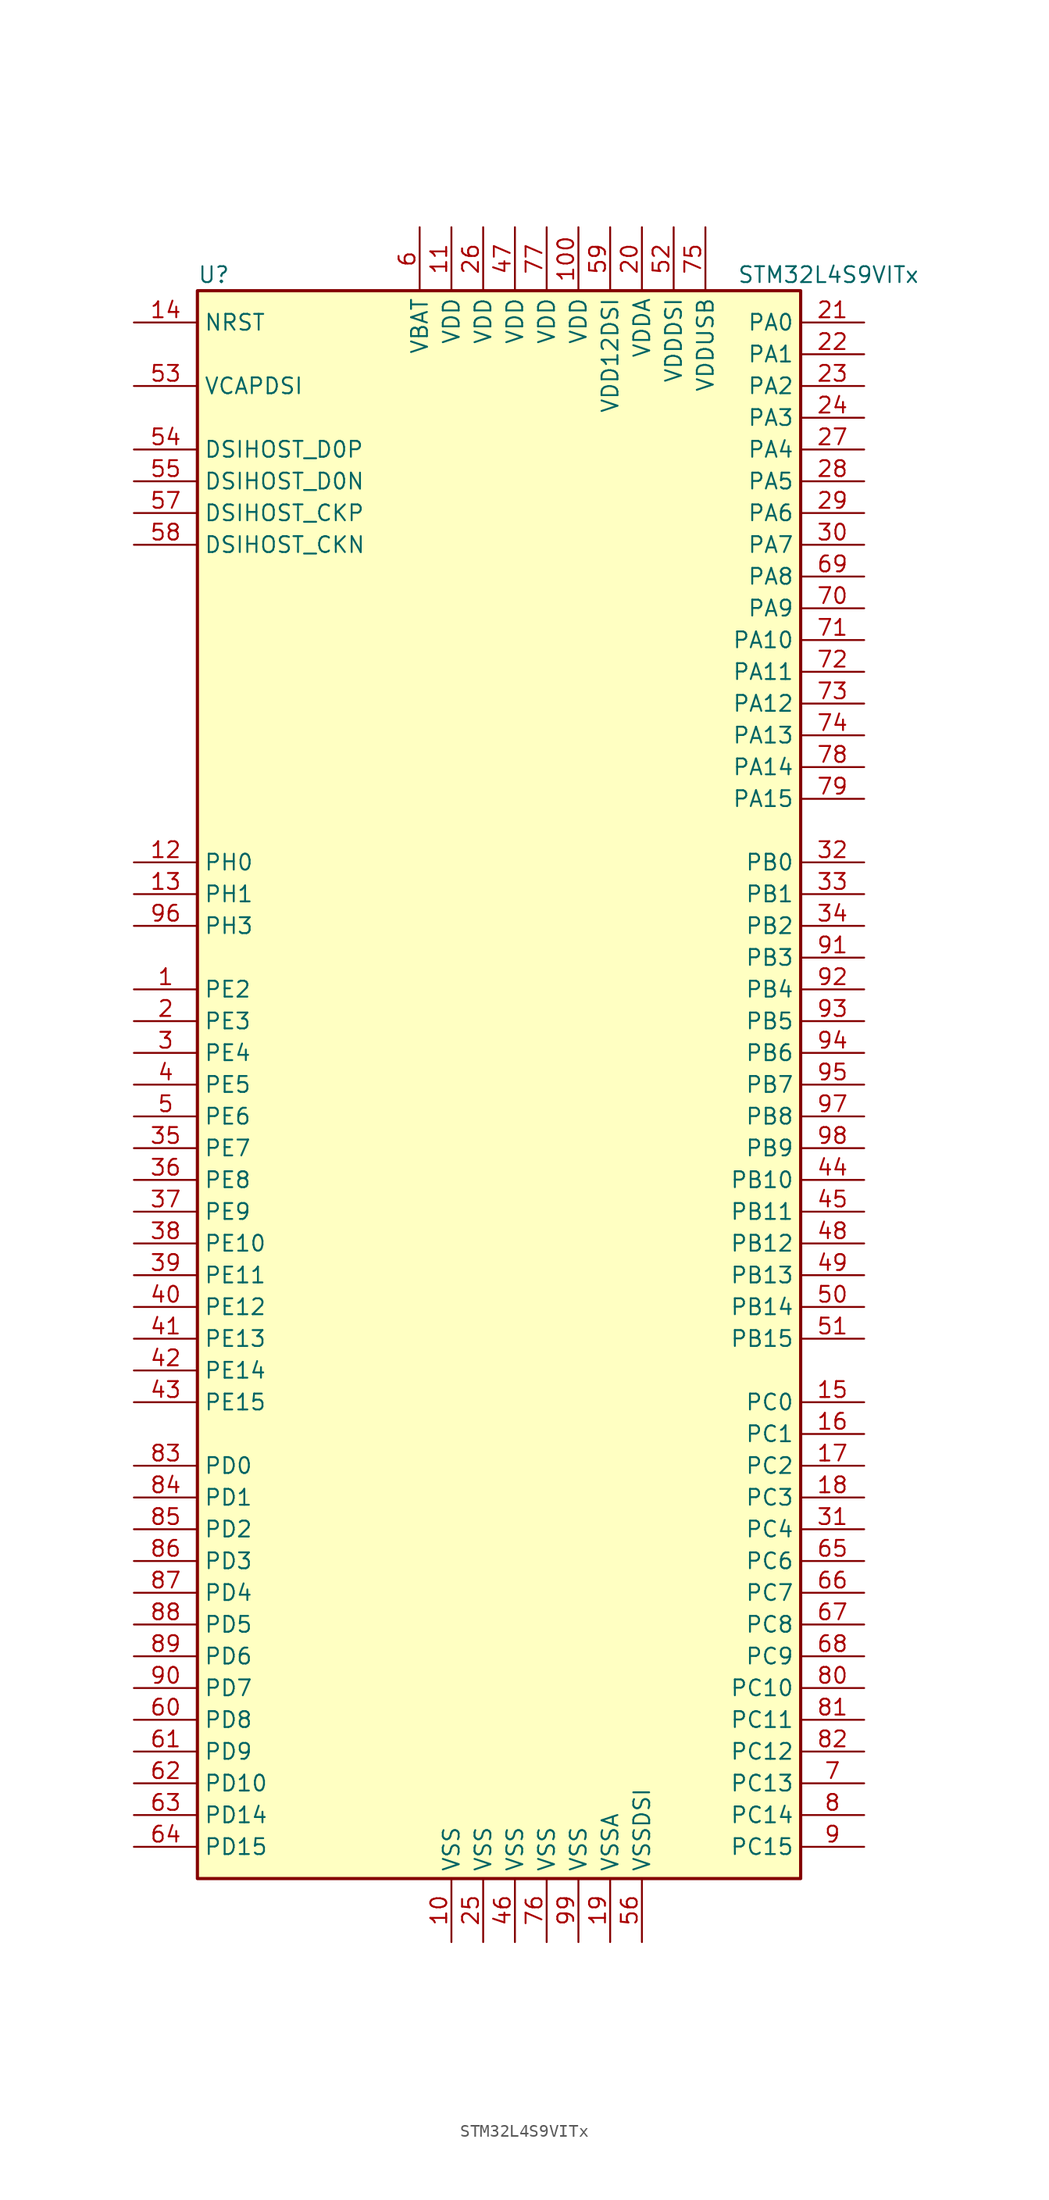
<source format=kicad_sym>
(kicad_symbol_lib
  (version 20220914)
  (generator kicad_symbol_editor)
  (symbol "STM32L4S9VITx"
    (property "Reference" "U"
      (at -25.4 64.77 0)
      (effects (font (size 1.27 1.27)) (justify left)))
    (property "Value" "STM32L4S9VITx"
      (at 17.78 64.77 0)
      (effects (font (size 1.27 1.27)) (justify left)))
    (symbol "STM32L4S9VITx_0_1"
      (rectangle (start -25.4 -63.5) (end 22.86 63.5) (stroke (width 0.254) (type default)) (fill (type background))))
    (symbol "STM32L4S9VITx_1_1"
      (pin bidirectional line (at -30.48 7.62 0) (length 5.08) (name "PE2" (effects (font (size 1.27 1.27)))) (number "1" (effects (font (size 1.27 1.27)))))
      (pin power_in line (at -5.08 -68.58 90) (length 5.08) (name "VSS" (effects (font (size 1.27 1.27)))) (number "10" (effects (font (size 1.27 1.27)))))
      (pin power_in line (at 5.08 68.58 270) (length 5.08) (name "VDD" (effects (font (size 1.27 1.27)))) (number "100" (effects (font (size 1.27 1.27)))))
      (pin power_in line (at -5.08 68.58 270) (length 5.08) (name "VDD" (effects (font (size 1.27 1.27)))) (number "11" (effects (font (size 1.27 1.27)))))
      (pin input line (at -30.48 17.78 0) (length 5.08) (name "PH0" (effects (font (size 1.27 1.27)))) (number "12" (effects (font (size 1.27 1.27)))))
      (pin input line (at -30.48 15.24 0) (length 5.08) (name "PH1" (effects (font (size 1.27 1.27)))) (number "13" (effects (font (size 1.27 1.27)))))
      (pin input line (at -30.48 60.96 0) (length 5.08) (name "NRST" (effects (font (size 1.27 1.27)))) (number "14" (effects (font (size 1.27 1.27)))))
      (pin bidirectional line (at 27.94 -25.4 180) (length 5.08) (name "PC0" (effects (font (size 1.27 1.27)))) (number "15" (effects (font (size 1.27 1.27)))))
      (pin bidirectional line (at 27.94 -27.94 180) (length 5.08) (name "PC1" (effects (font (size 1.27 1.27)))) (number "16" (effects (font (size 1.27 1.27)))))
      (pin bidirectional line (at 27.94 -30.48 180) (length 5.08) (name "PC2" (effects (font (size 1.27 1.27)))) (number "17" (effects (font (size 1.27 1.27)))))
      (pin bidirectional line (at 27.94 -33.02 180) (length 5.08) (name "PC3" (effects (font (size 1.27 1.27)))) (number "18" (effects (font (size 1.27 1.27)))))
      (pin power_in line (at 7.62 -68.58 90) (length 5.08) (name "VSSA" (effects (font (size 1.27 1.27)))) (number "19" (effects (font (size 1.27 1.27)))))
      (pin bidirectional line (at -30.48 5.08 0) (length 5.08) (name "PE3" (effects (font (size 1.27 1.27)))) (number "2" (effects (font (size 1.27 1.27)))))
      (pin power_in line (at 10.16 68.58 270) (length 5.08) (name "VDDA" (effects (font (size 1.27 1.27)))) (number "20" (effects (font (size 1.27 1.27)))))
      (pin bidirectional line (at 27.94 60.96 180) (length 5.08) (name "PA0" (effects (font (size 1.27 1.27)))) (number "21" (effects (font (size 1.27 1.27)))))
      (pin bidirectional line (at 27.94 58.42 180) (length 5.08) (name "PA1" (effects (font (size 1.27 1.27)))) (number "22" (effects (font (size 1.27 1.27)))))
      (pin bidirectional line (at 27.94 55.88 180) (length 5.08) (name "PA2" (effects (font (size 1.27 1.27)))) (number "23" (effects (font (size 1.27 1.27)))))
      (pin bidirectional line (at 27.94 53.34 180) (length 5.08) (name "PA3" (effects (font (size 1.27 1.27)))) (number "24" (effects (font (size 1.27 1.27)))))
      (pin power_in line (at -2.54 -68.58 90) (length 5.08) (name "VSS" (effects (font (size 1.27 1.27)))) (number "25" (effects (font (size 1.27 1.27)))))
      (pin power_in line (at -2.54 68.58 270) (length 5.08) (name "VDD" (effects (font (size 1.27 1.27)))) (number "26" (effects (font (size 1.27 1.27)))))
      (pin bidirectional line (at 27.94 50.8 180) (length 5.08) (name "PA4" (effects (font (size 1.27 1.27)))) (number "27" (effects (font (size 1.27 1.27)))))
      (pin bidirectional line (at 27.94 48.26 180) (length 5.08) (name "PA5" (effects (font (size 1.27 1.27)))) (number "28" (effects (font (size 1.27 1.27)))))
      (pin bidirectional line (at 27.94 45.72 180) (length 5.08) (name "PA6" (effects (font (size 1.27 1.27)))) (number "29" (effects (font (size 1.27 1.27)))))
      (pin bidirectional line (at -30.48 2.54 0) (length 5.08) (name "PE4" (effects (font (size 1.27 1.27)))) (number "3" (effects (font (size 1.27 1.27)))))
      (pin bidirectional line (at 27.94 43.18 180) (length 5.08) (name "PA7" (effects (font (size 1.27 1.27)))) (number "30" (effects (font (size 1.27 1.27)))))
      (pin bidirectional line (at 27.94 -35.56 180) (length 5.08) (name "PC4" (effects (font (size 1.27 1.27)))) (number "31" (effects (font (size 1.27 1.27)))))
      (pin bidirectional line (at 27.94 17.78 180) (length 5.08) (name "PB0" (effects (font (size 1.27 1.27)))) (number "32" (effects (font (size 1.27 1.27)))))
      (pin bidirectional line (at 27.94 15.24 180) (length 5.08) (name "PB1" (effects (font (size 1.27 1.27)))) (number "33" (effects (font (size 1.27 1.27)))))
      (pin bidirectional line (at 27.94 12.7 180) (length 5.08) (name "PB2" (effects (font (size 1.27 1.27)))) (number "34" (effects (font (size 1.27 1.27)))))
      (pin bidirectional line (at -30.48 -5.08 0) (length 5.08) (name "PE7" (effects (font (size 1.27 1.27)))) (number "35" (effects (font (size 1.27 1.27)))))
      (pin bidirectional line (at -30.48 -7.62 0) (length 5.08) (name "PE8" (effects (font (size 1.27 1.27)))) (number "36" (effects (font (size 1.27 1.27)))))
      (pin bidirectional line (at -30.48 -10.16 0) (length 5.08) (name "PE9" (effects (font (size 1.27 1.27)))) (number "37" (effects (font (size 1.27 1.27)))))
      (pin bidirectional line (at -30.48 -12.7 0) (length 5.08) (name "PE10" (effects (font (size 1.27 1.27)))) (number "38" (effects (font (size 1.27 1.27)))))
      (pin bidirectional line (at -30.48 -15.24 0) (length 5.08) (name "PE11" (effects (font (size 1.27 1.27)))) (number "39" (effects (font (size 1.27 1.27)))))
      (pin bidirectional line (at -30.48 0 0) (length 5.08) (name "PE5" (effects (font (size 1.27 1.27)))) (number "4" (effects (font (size 1.27 1.27)))))
      (pin bidirectional line (at -30.48 -17.78 0) (length 5.08) (name "PE12" (effects (font (size 1.27 1.27)))) (number "40" (effects (font (size 1.27 1.27)))))
      (pin bidirectional line (at -30.48 -20.32 0) (length 5.08) (name "PE13" (effects (font (size 1.27 1.27)))) (number "41" (effects (font (size 1.27 1.27)))))
      (pin bidirectional line (at -30.48 -22.86 0) (length 5.08) (name "PE14" (effects (font (size 1.27 1.27)))) (number "42" (effects (font (size 1.27 1.27)))))
      (pin bidirectional line (at -30.48 -25.4 0) (length 5.08) (name "PE15" (effects (font (size 1.27 1.27)))) (number "43" (effects (font (size 1.27 1.27)))))
      (pin bidirectional line (at 27.94 -7.62 180) (length 5.08) (name "PB10" (effects (font (size 1.27 1.27)))) (number "44" (effects (font (size 1.27 1.27)))))
      (pin bidirectional line (at 27.94 -10.16 180) (length 5.08) (name "PB11" (effects (font (size 1.27 1.27)))) (number "45" (effects (font (size 1.27 1.27)))))
      (pin power_in line (at 0 -68.58 90) (length 5.08) (name "VSS" (effects (font (size 1.27 1.27)))) (number "46" (effects (font (size 1.27 1.27)))))
      (pin power_in line (at 0 68.58 270) (length 5.08) (name "VDD" (effects (font (size 1.27 1.27)))) (number "47" (effects (font (size 1.27 1.27)))))
      (pin bidirectional line (at 27.94 -12.7 180) (length 5.08) (name "PB12" (effects (font (size 1.27 1.27)))) (number "48" (effects (font (size 1.27 1.27)))))
      (pin bidirectional line (at 27.94 -15.24 180) (length 5.08) (name "PB13" (effects (font (size 1.27 1.27)))) (number "49" (effects (font (size 1.27 1.27)))))
      (pin bidirectional line (at -30.48 -2.54 0) (length 5.08) (name "PE6" (effects (font (size 1.27 1.27)))) (number "5" (effects (font (size 1.27 1.27)))))
      (pin bidirectional line (at 27.94 -17.78 180) (length 5.08) (name "PB14" (effects (font (size 1.27 1.27)))) (number "50" (effects (font (size 1.27 1.27)))))
      (pin bidirectional line (at 27.94 -20.32 180) (length 5.08) (name "PB15" (effects (font (size 1.27 1.27)))) (number "51" (effects (font (size 1.27 1.27)))))
      (pin power_in line (at 12.7 68.58 270) (length 5.08) (name "VDDDSI" (effects (font (size 1.27 1.27)))) (number "52" (effects (font (size 1.27 1.27)))))
      (pin power_in line (at -30.48 55.88 0) (length 5.08) (name "VCAPDSI" (effects (font (size 1.27 1.27)))) (number "53" (effects (font (size 1.27 1.27)))))
      (pin bidirectional line (at -30.48 50.8 0) (length 5.08) (name "DSIHOST_D0P" (effects (font (size 1.27 1.27)))) (number "54" (effects (font (size 1.27 1.27)))))
      (pin bidirectional line (at -30.48 48.26 0) (length 5.08) (name "DSIHOST_D0N" (effects (font (size 1.27 1.27)))) (number "55" (effects (font (size 1.27 1.27)))))
      (pin power_in line (at 10.16 -68.58 90) (length 5.08) (name "VSSDSI" (effects (font (size 1.27 1.27)))) (number "56" (effects (font (size 1.27 1.27)))))
      (pin bidirectional line (at -30.48 45.72 0) (length 5.08) (name "DSIHOST_CKP" (effects (font (size 1.27 1.27)))) (number "57" (effects (font (size 1.27 1.27)))))
      (pin bidirectional line (at -30.48 43.18 0) (length 5.08) (name "DSIHOST_CKN" (effects (font (size 1.27 1.27)))) (number "58" (effects (font (size 1.27 1.27)))))
      (pin power_in line (at 7.62 68.58 270) (length 5.08) (name "VDD12DSI" (effects (font (size 1.27 1.27)))) (number "59" (effects (font (size 1.27 1.27)))))
      (pin power_in line (at -7.62 68.58 270) (length 5.08) (name "VBAT" (effects (font (size 1.27 1.27)))) (number "6" (effects (font (size 1.27 1.27)))))
      (pin bidirectional line (at -30.48 -50.8 0) (length 5.08) (name "PD8" (effects (font (size 1.27 1.27)))) (number "60" (effects (font (size 1.27 1.27)))))
      (pin bidirectional line (at -30.48 -53.34 0) (length 5.08) (name "PD9" (effects (font (size 1.27 1.27)))) (number "61" (effects (font (size 1.27 1.27)))))
      (pin bidirectional line (at -30.48 -55.88 0) (length 5.08) (name "PD10" (effects (font (size 1.27 1.27)))) (number "62" (effects (font (size 1.27 1.27)))))
      (pin bidirectional line (at -30.48 -58.42 0) (length 5.08) (name "PD14" (effects (font (size 1.27 1.27)))) (number "63" (effects (font (size 1.27 1.27)))))
      (pin bidirectional line (at -30.48 -60.96 0) (length 5.08) (name "PD15" (effects (font (size 1.27 1.27)))) (number "64" (effects (font (size 1.27 1.27)))))
      (pin bidirectional line (at 27.94 -38.1 180) (length 5.08) (name "PC6" (effects (font (size 1.27 1.27)))) (number "65" (effects (font (size 1.27 1.27)))))
      (pin bidirectional line (at 27.94 -40.64 180) (length 5.08) (name "PC7" (effects (font (size 1.27 1.27)))) (number "66" (effects (font (size 1.27 1.27)))))
      (pin bidirectional line (at 27.94 -43.18 180) (length 5.08) (name "PC8" (effects (font (size 1.27 1.27)))) (number "67" (effects (font (size 1.27 1.27)))))
      (pin bidirectional line (at 27.94 -45.72 180) (length 5.08) (name "PC9" (effects (font (size 1.27 1.27)))) (number "68" (effects (font (size 1.27 1.27)))))
      (pin bidirectional line (at 27.94 40.64 180) (length 5.08) (name "PA8" (effects (font (size 1.27 1.27)))) (number "69" (effects (font (size 1.27 1.27)))))
      (pin bidirectional line (at 27.94 -55.88 180) (length 5.08) (name "PC13" (effects (font (size 1.27 1.27)))) (number "7" (effects (font (size 1.27 1.27)))))
      (pin bidirectional line (at 27.94 38.1 180) (length 5.08) (name "PA9" (effects (font (size 1.27 1.27)))) (number "70" (effects (font (size 1.27 1.27)))))
      (pin bidirectional line (at 27.94 35.56 180) (length 5.08) (name "PA10" (effects (font (size 1.27 1.27)))) (number "71" (effects (font (size 1.27 1.27)))))
      (pin bidirectional line (at 27.94 33.02 180) (length 5.08) (name "PA11" (effects (font (size 1.27 1.27)))) (number "72" (effects (font (size 1.27 1.27)))))
      (pin bidirectional line (at 27.94 30.48 180) (length 5.08) (name "PA12" (effects (font (size 1.27 1.27)))) (number "73" (effects (font (size 1.27 1.27)))))
      (pin bidirectional line (at 27.94 27.94 180) (length 5.08) (name "PA13" (effects (font (size 1.27 1.27)))) (number "74" (effects (font (size 1.27 1.27)))))
      (pin power_in line (at 15.24 68.58 270) (length 5.08) (name "VDDUSB" (effects (font (size 1.27 1.27)))) (number "75" (effects (font (size 1.27 1.27)))))
      (pin power_in line (at 2.54 -68.58 90) (length 5.08) (name "VSS" (effects (font (size 1.27 1.27)))) (number "76" (effects (font (size 1.27 1.27)))))
      (pin power_in line (at 2.54 68.58 270) (length 5.08) (name "VDD" (effects (font (size 1.27 1.27)))) (number "77" (effects (font (size 1.27 1.27)))))
      (pin bidirectional line (at 27.94 25.4 180) (length 5.08) (name "PA14" (effects (font (size 1.27 1.27)))) (number "78" (effects (font (size 1.27 1.27)))))
      (pin bidirectional line (at 27.94 22.86 180) (length 5.08) (name "PA15" (effects (font (size 1.27 1.27)))) (number "79" (effects (font (size 1.27 1.27)))))
      (pin bidirectional line (at 27.94 -58.42 180) (length 5.08) (name "PC14" (effects (font (size 1.27 1.27)))) (number "8" (effects (font (size 1.27 1.27)))))
      (pin bidirectional line (at 27.94 -48.26 180) (length 5.08) (name "PC10" (effects (font (size 1.27 1.27)))) (number "80" (effects (font (size 1.27 1.27)))))
      (pin bidirectional line (at 27.94 -50.8 180) (length 5.08) (name "PC11" (effects (font (size 1.27 1.27)))) (number "81" (effects (font (size 1.27 1.27)))))
      (pin bidirectional line (at 27.94 -53.34 180) (length 5.08) (name "PC12" (effects (font (size 1.27 1.27)))) (number "82" (effects (font (size 1.27 1.27)))))
      (pin bidirectional line (at -30.48 -30.48 0) (length 5.08) (name "PD0" (effects (font (size 1.27 1.27)))) (number "83" (effects (font (size 1.27 1.27)))))
      (pin bidirectional line (at -30.48 -33.02 0) (length 5.08) (name "PD1" (effects (font (size 1.27 1.27)))) (number "84" (effects (font (size 1.27 1.27)))))
      (pin bidirectional line (at -30.48 -35.56 0) (length 5.08) (name "PD2" (effects (font (size 1.27 1.27)))) (number "85" (effects (font (size 1.27 1.27)))))
      (pin bidirectional line (at -30.48 -38.1 0) (length 5.08) (name "PD3" (effects (font (size 1.27 1.27)))) (number "86" (effects (font (size 1.27 1.27)))))
      (pin bidirectional line (at -30.48 -40.64 0) (length 5.08) (name "PD4" (effects (font (size 1.27 1.27)))) (number "87" (effects (font (size 1.27 1.27)))))
      (pin bidirectional line (at -30.48 -43.18 0) (length 5.08) (name "PD5" (effects (font (size 1.27 1.27)))) (number "88" (effects (font (size 1.27 1.27)))))
      (pin bidirectional line (at -30.48 -45.72 0) (length 5.08) (name "PD6" (effects (font (size 1.27 1.27)))) (number "89" (effects (font (size 1.27 1.27)))))
      (pin bidirectional line (at 27.94 -60.96 180) (length 5.08) (name "PC15" (effects (font (size 1.27 1.27)))) (number "9" (effects (font (size 1.27 1.27)))))
      (pin bidirectional line (at -30.48 -48.26 0) (length 5.08) (name "PD7" (effects (font (size 1.27 1.27)))) (number "90" (effects (font (size 1.27 1.27)))))
      (pin bidirectional line (at 27.94 10.16 180) (length 5.08) (name "PB3" (effects (font (size 1.27 1.27)))) (number "91" (effects (font (size 1.27 1.27)))))
      (pin bidirectional line (at 27.94 7.62 180) (length 5.08) (name "PB4" (effects (font (size 1.27 1.27)))) (number "92" (effects (font (size 1.27 1.27)))))
      (pin bidirectional line (at 27.94 5.08 180) (length 5.08) (name "PB5" (effects (font (size 1.27 1.27)))) (number "93" (effects (font (size 1.27 1.27)))))
      (pin bidirectional line (at 27.94 2.54 180) (length 5.08) (name "PB6" (effects (font (size 1.27 1.27)))) (number "94" (effects (font (size 1.27 1.27)))))
      (pin bidirectional line (at 27.94 0 180) (length 5.08) (name "PB7" (effects (font (size 1.27 1.27)))) (number "95" (effects (font (size 1.27 1.27)))))
      (pin bidirectional line (at -30.48 12.7 0) (length 5.08) (name "PH3" (effects (font (size 1.27 1.27)))) (number "96" (effects (font (size 1.27 1.27)))))
      (pin bidirectional line (at 27.94 -2.54 180) (length 5.08) (name "PB8" (effects (font (size 1.27 1.27)))) (number "97" (effects (font (size 1.27 1.27)))))
      (pin bidirectional line (at 27.94 -5.08 180) (length 5.08) (name "PB9" (effects (font (size 1.27 1.27)))) (number "98" (effects (font (size 1.27 1.27)))))
      (pin power_in line (at 5.08 -68.58 90) (length 5.08) (name "VSS" (effects (font (size 1.27 1.27)))) (number "99" (effects (font (size 1.27 1.27))))))))
</source>
